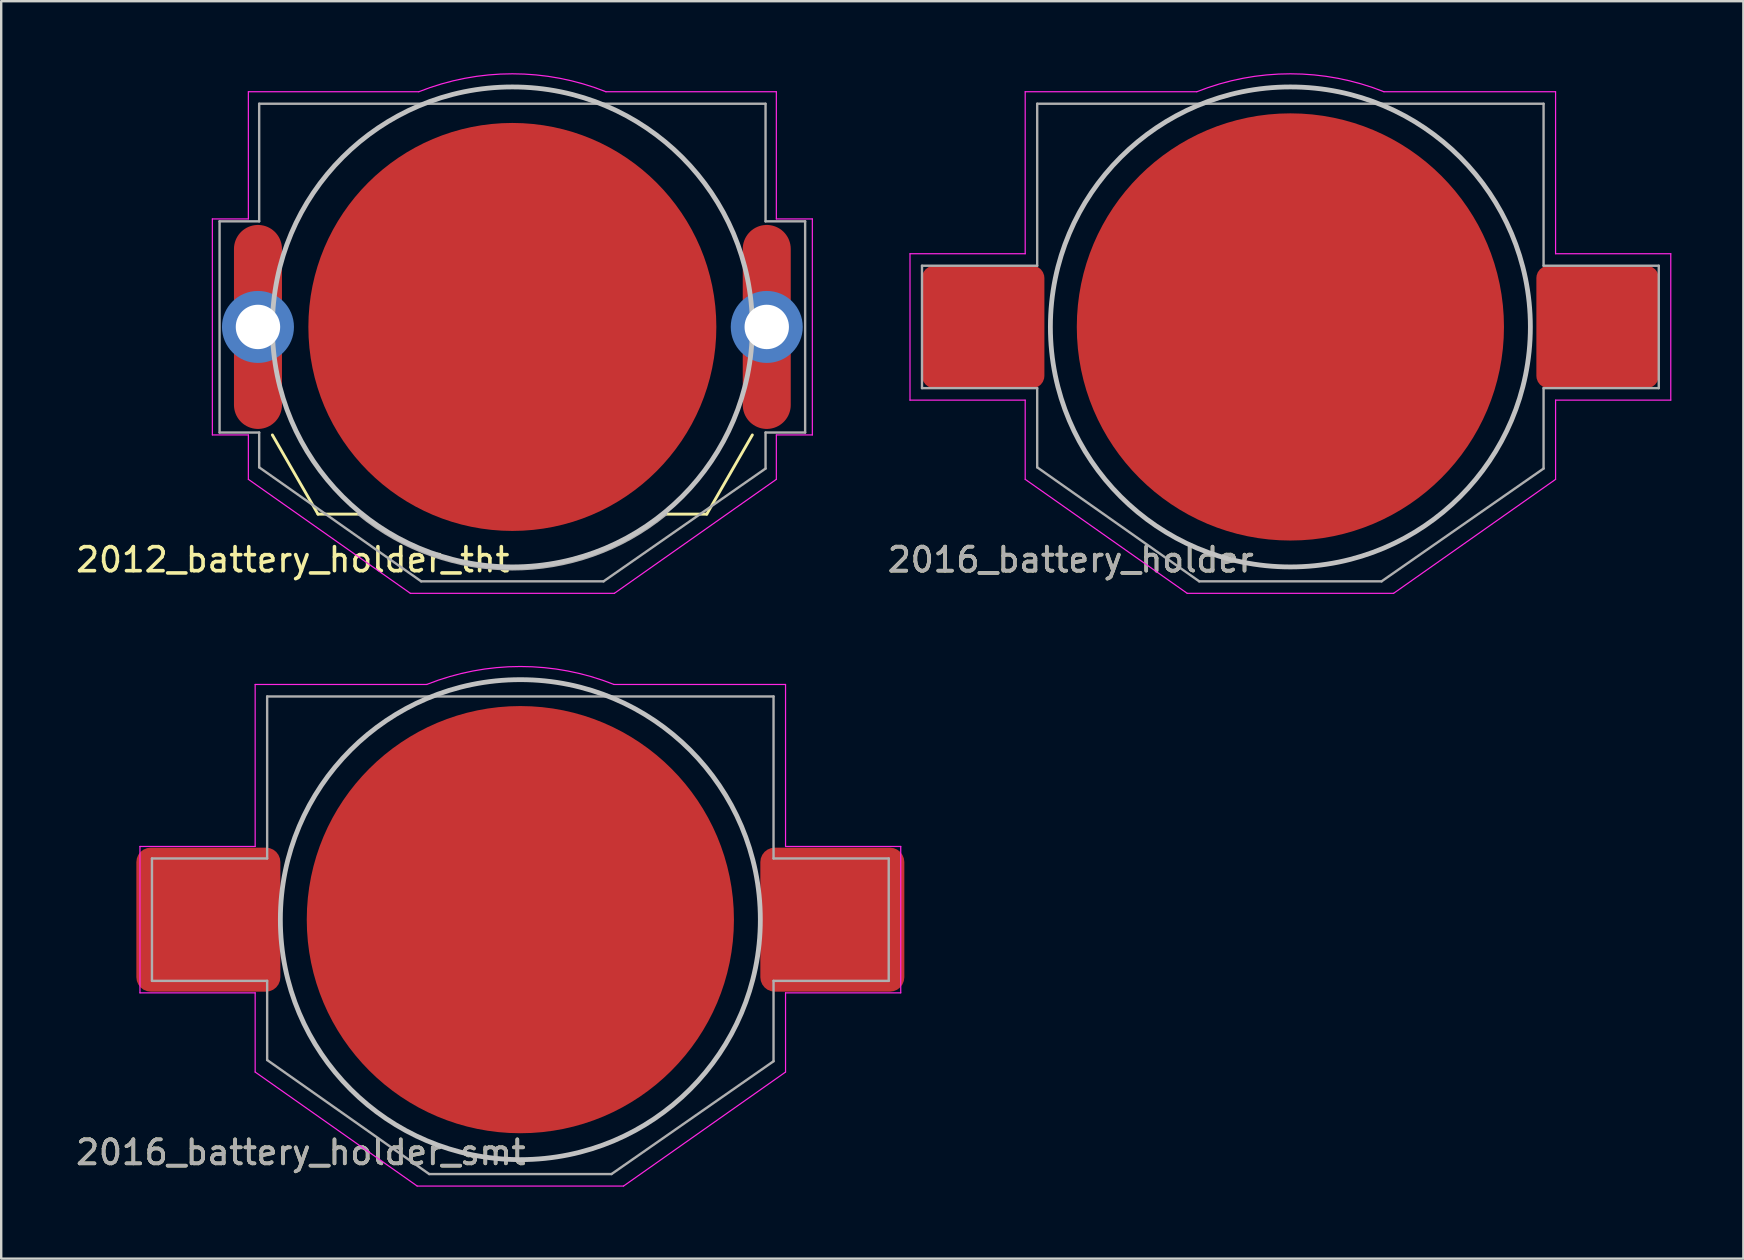
<source format=kicad_pcb>
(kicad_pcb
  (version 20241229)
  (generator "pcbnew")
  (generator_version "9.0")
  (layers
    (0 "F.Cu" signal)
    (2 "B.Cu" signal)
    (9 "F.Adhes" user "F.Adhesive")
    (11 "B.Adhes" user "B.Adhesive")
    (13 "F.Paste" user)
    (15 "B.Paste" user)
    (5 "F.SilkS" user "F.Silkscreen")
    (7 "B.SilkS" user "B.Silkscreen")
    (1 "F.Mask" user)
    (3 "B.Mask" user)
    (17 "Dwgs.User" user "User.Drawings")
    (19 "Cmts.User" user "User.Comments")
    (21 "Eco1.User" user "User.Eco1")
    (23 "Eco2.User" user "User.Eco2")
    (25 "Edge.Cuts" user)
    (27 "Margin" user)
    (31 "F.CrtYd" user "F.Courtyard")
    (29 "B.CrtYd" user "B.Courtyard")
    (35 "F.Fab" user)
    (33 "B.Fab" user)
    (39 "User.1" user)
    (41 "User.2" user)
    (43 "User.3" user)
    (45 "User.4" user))
  (footprint "2016_battery_holder"
    (layer "F.Cu")
    (at 50.718 10.573)
    (property "Reference" "2016_battery_holder" (at -9.15 9.7 0) (layer "F.SilkS") (effects (font (size 1 1) (thickness 0.15))))
    (attr smd)
    (fp_circle (center 0 0) (end 10 0) (stroke (width 0.2) (type solid)) (fill no) (layer "Dwgs.User"))
    (fp_line (start -15.85 -3.05) (end -11.05 -3.05) (stroke (width 0.05) (type solid)) (layer "F.CrtYd"))
    (fp_line (start -15.85 3.05) (end -15.85 -3.05) (stroke (width 0.05) (type solid)) (layer "F.CrtYd"))
    (fp_line (start -11.05 -9.8) (end -3.9 -9.8) (stroke (width 0.05) (type solid)) (layer "F.CrtYd"))
    (fp_line (start -11.05 -3.05) (end -11.05 -9.8) (stroke (width 0.05) (type solid)) (layer "F.CrtYd"))
    (fp_line (start -11.05 3.05) (end -15.85 3.05) (stroke (width 0.05) (type solid)) (layer "F.CrtYd"))
    (fp_line (start -11.05 6.35) (end -11.05 3.05) (stroke (width 0.05) (type solid)) (layer "F.CrtYd"))
    (fp_line (start -4.3 11.1) (end -11.05 6.35) (stroke (width 0.05) (type solid)) (layer "F.CrtYd"))
    (fp_line (start 4.3 11.1) (end -4.3 11.1) (stroke (width 0.05) (type solid)) (layer "F.CrtYd"))
    (fp_line (start 11.05 -9.8) (end 3.9 -9.8) (stroke (width 0.05) (type solid)) (layer "F.CrtYd"))
    (fp_line (start 11.05 -9.8) (end 11.05 -3.05) (stroke (width 0.05) (type solid)) (layer "F.CrtYd"))
    (fp_line (start 11.05 -3.05) (end 15.85 -3.05) (stroke (width 0.05) (type solid)) (layer "F.CrtYd"))
    (fp_line (start 11.05 3.05) (end 11.05 6.35) (stroke (width 0.05) (type solid)) (layer "F.CrtYd"))
    (fp_line (start 11.05 6.35) (end 4.3 11.1) (stroke (width 0.05) (type solid)) (layer "F.CrtYd"))
    (fp_line (start 15.85 -3.05) (end 15.85 3.05) (stroke (width 0.05) (type solid)) (layer "F.CrtYd"))
    (fp_line (start 15.85 3.05) (end 11.05 3.05) (stroke (width 0.05) (type solid)) (layer "F.CrtYd"))
    (fp_arc (start -3.9 -9.8) (mid 0 -10.547512) (end 3.9 -9.8) (stroke (width 0.05) (type solid)) (layer "F.CrtYd"))
    (fp_line (start -15.35 -2.55) (end -15.35 2.55) (stroke (width 0.1) (type solid)) (layer "F.Fab"))
    (fp_line (start -15.35 -2.55) (end -10.55 -2.55) (stroke (width 0.1) (type solid)) (layer "F.Fab"))
    (fp_line (start -15.35 2.55) (end -10.55 2.55) (stroke (width 0.1) (type solid)) (layer "F.Fab"))
    (fp_line (start -10.55 -2.55) (end -10.55 -9.3) (stroke (width 0.1) (type solid)) (layer "F.Fab"))
    (fp_line (start -10.55 2.55) (end -10.55 5.85) (stroke (width 0.1) (type solid)) (layer "F.Fab"))
    (fp_line (start -10.55 5.85) (end -3.8 10.6) (stroke (width 0.1) (type solid)) (layer "F.Fab"))
    (fp_line (start -3.8 10.6) (end 3.8 10.6) (stroke (width 0.1) (type solid)) (layer "F.Fab"))
    (fp_line (start 10.55 -9.3) (end -10.55 -9.3) (stroke (width 0.1) (type solid)) (layer "F.Fab"))
    (fp_line (start 10.55 -2.55) (end 10.55 -9.3) (stroke (width 0.1) (type solid)) (layer "F.Fab"))
    (fp_line (start 10.55 2.55) (end 10.55 5.9) (stroke (width 0.1) (type solid)) (layer "F.Fab"))
    (fp_line (start 10.55 2.55) (end 15.35 2.55) (stroke (width 0.1) (type solid)) (layer "F.Fab"))
    (fp_line (start 10.55 5.9) (end 3.8 10.6) (stroke (width 0.1) (type solid)) (layer "F.Fab"))
    (fp_line (start 15.35 -2.55) (end 10.55 -2.55) (stroke (width 0.1) (type solid)) (layer "F.Fab"))
    (fp_line (start 15.35 2.55) (end 15.35 -2.55) (stroke (width 0.1) (type solid)) (layer "F.Fab"))
    (fp_text user "${REFERENCE}" (at -9.15 9.7 0) (layer "F.Fab") (effects (font (size 1 1) (thickness 0.15))))
    (pad "1" smd roundrect (at -12.8 0) (size 5.1 5.1) (layers "F.Cu" "F.Mask" "F.Paste") (roundrect_rratio 0.1))
    (pad "1" smd roundrect (at 12.8 0) (size 5.1 5.1) (layers "F.Cu" "F.Mask" "F.Paste") (roundrect_rratio 0.1))
    (pad "2" smd circle (at 0 0) (size 17.8 17.8) (layers "F.Cu" "F.Mask")))
  (footprint "2016_battery_holder_smt"
    (layer "F.Cu")
    (at 18.632 35.27)
    (property "Reference" "2016_battery_holder_smt" (at -9.15 9.7 0) (layer "F.SilkS") (effects (font (size 1 1) (thickness 0.15))))
    (attr smd)
    (fp_circle (center 0 0) (end 10 0) (stroke (width 0.2) (type solid)) (fill no) (layer "Dwgs.User"))
    (fp_line (start -15.85 -3.05) (end -11.05 -3.05) (stroke (width 0.05) (type solid)) (layer "F.CrtYd"))
    (fp_line (start -15.85 3.05) (end -15.85 -3.05) (stroke (width 0.05) (type solid)) (layer "F.CrtYd"))
    (fp_line (start -11.05 -9.8) (end -3.9 -9.8) (stroke (width 0.05) (type solid)) (layer "F.CrtYd"))
    (fp_line (start -11.05 -3.05) (end -11.05 -9.8) (stroke (width 0.05) (type solid)) (layer "F.CrtYd"))
    (fp_line (start -11.05 3.05) (end -15.85 3.05) (stroke (width 0.05) (type solid)) (layer "F.CrtYd"))
    (fp_line (start -11.05 6.35) (end -11.05 3.05) (stroke (width 0.05) (type solid)) (layer "F.CrtYd"))
    (fp_line (start -4.3 11.1) (end -11.05 6.35) (stroke (width 0.05) (type solid)) (layer "F.CrtYd"))
    (fp_line (start 4.3 11.1) (end -4.3 11.1) (stroke (width 0.05) (type solid)) (layer "F.CrtYd"))
    (fp_line (start 11.05 -9.8) (end 3.9 -9.8) (stroke (width 0.05) (type solid)) (layer "F.CrtYd"))
    (fp_line (start 11.05 -9.8) (end 11.05 -3.05) (stroke (width 0.05) (type solid)) (layer "F.CrtYd"))
    (fp_line (start 11.05 -3.05) (end 15.85 -3.05) (stroke (width 0.05) (type solid)) (layer "F.CrtYd"))
    (fp_line (start 11.05 3.05) (end 11.05 6.35) (stroke (width 0.05) (type solid)) (layer "F.CrtYd"))
    (fp_line (start 11.05 6.35) (end 4.3 11.1) (stroke (width 0.05) (type solid)) (layer "F.CrtYd"))
    (fp_line (start 15.85 -3.05) (end 15.85 3.05) (stroke (width 0.05) (type solid)) (layer "F.CrtYd"))
    (fp_line (start 15.85 3.05) (end 11.05 3.05) (stroke (width 0.05) (type solid)) (layer "F.CrtYd"))
    (fp_arc (start -3.9 -9.8) (mid 0 -10.547512) (end 3.9 -9.8) (stroke (width 0.05) (type solid)) (layer "F.CrtYd"))
    (fp_line (start -15.35 -2.55) (end -15.35 2.55) (stroke (width 0.1) (type solid)) (layer "F.Fab"))
    (fp_line (start -15.35 -2.55) (end -10.55 -2.55) (stroke (width 0.1) (type solid)) (layer "F.Fab"))
    (fp_line (start -15.35 2.55) (end -10.55 2.55) (stroke (width 0.1) (type solid)) (layer "F.Fab"))
    (fp_line (start -10.55 -2.55) (end -10.55 -9.3) (stroke (width 0.1) (type solid)) (layer "F.Fab"))
    (fp_line (start -10.55 2.55) (end -10.55 5.85) (stroke (width 0.1) (type solid)) (layer "F.Fab"))
    (fp_line (start -10.55 5.85) (end -3.8 10.6) (stroke (width 0.1) (type solid)) (layer "F.Fab"))
    (fp_line (start -3.8 10.6) (end 3.8 10.6) (stroke (width 0.1) (type solid)) (layer "F.Fab"))
    (fp_line (start 10.55 -9.3) (end -10.55 -9.3) (stroke (width 0.1) (type solid)) (layer "F.Fab"))
    (fp_line (start 10.55 -2.55) (end 10.55 -9.3) (stroke (width 0.1) (type solid)) (layer "F.Fab"))
    (fp_line (start 10.55 2.55) (end 10.55 5.9) (stroke (width 0.1) (type solid)) (layer "F.Fab"))
    (fp_line (start 10.55 2.55) (end 15.35 2.55) (stroke (width 0.1) (type solid)) (layer "F.Fab"))
    (fp_line (start 10.55 5.9) (end 3.8 10.6) (stroke (width 0.1) (type solid)) (layer "F.Fab"))
    (fp_line (start 15.35 -2.55) (end 10.55 -2.55) (stroke (width 0.1) (type solid)) (layer "F.Fab"))
    (fp_line (start 15.35 2.55) (end 15.35 -2.55) (stroke (width 0.1) (type solid)) (layer "F.Fab"))
    (fp_text user "${REFERENCE}" (at -9.15 9.7 0) (layer "F.Fab") (effects (font (size 1 1) (thickness 0.15))))
    (pad "1" smd roundrect (at -13 0) (size 6 6) (layers "F.Cu" "F.Mask" "F.Paste") (roundrect_rratio 0.1))
    (pad "1" smd roundrect (at 13 0) (size 6 6) (layers "F.Cu" "F.Mask" "F.Paste") (roundrect_rratio 0.1))
    (pad "2" smd circle (at 0 0) (size 17.8 17.8) (layers "F.Cu" "F.Mask")))
  (footprint "2012_battery_holder_tht"
    (layer "F.Cu")
    (at 18.299 10.573)
    (property "Reference" "2012_battery_holder_tht" (at -9.15 9.7 0) (layer "F.SilkS") (effects (font (size 1 1) (thickness 0.15))))
    (attr through_hole)
    (fp_line (start -10 4.5) (end -8.1 7.8) (stroke (width 0.12) (type solid)) (layer "F.SilkS"))
    (fp_line (start -8.1 7.8) (end -6.4 7.8) (stroke (width 0.12) (type solid)) (layer "F.SilkS"))
    (fp_line (start 6.4 7.8) (end 8.1 7.8) (stroke (width 0.12) (type solid)) (layer "F.SilkS"))
    (fp_line (start 8.1 7.8) (end 10 4.5) (stroke (width 0.12) (type solid)) (layer "F.SilkS"))
    (fp_circle (center 0 0) (end 10 0) (stroke (width 0.2) (type solid)) (fill no) (layer "Dwgs.User"))
    (fp_line (start -12.5 -4.5) (end -11 -4.5) (stroke (width 0.05) (type solid)) (layer "F.CrtYd"))
    (fp_line (start -12.5 4.5) (end -12.5 -4.5) (stroke (width 0.05) (type solid)) (layer "F.CrtYd"))
    (fp_line (start -11 -9.8) (end -3.9 -9.8) (stroke (width 0.05) (type solid)) (layer "F.CrtYd"))
    (fp_line (start -11 -4.5) (end -11 -9.8) (stroke (width 0.05) (type solid)) (layer "F.CrtYd"))
    (fp_line (start -11 4.5) (end -12.5 4.5) (stroke (width 0.05) (type solid)) (layer "F.CrtYd"))
    (fp_line (start -11 6.35) (end -11 4.5) (stroke (width 0.05) (type solid)) (layer "F.CrtYd"))
    (fp_line (start -4.25 11.1) (end -11 6.35) (stroke (width 0.05) (type solid)) (layer "F.CrtYd"))
    (fp_line (start 4.25 11.1) (end -4.25 11.1) (stroke (width 0.05) (type solid)) (layer "F.CrtYd"))
    (fp_line (start 11 -9.8) (end 3.9 -9.8) (stroke (width 0.05) (type solid)) (layer "F.CrtYd"))
    (fp_line (start 11 -9.8) (end 11 -4.5) (stroke (width 0.05) (type solid)) (layer "F.CrtYd"))
    (fp_line (start 11 -4.5) (end 12.5 -4.5) (stroke (width 0.05) (type solid)) (layer "F.CrtYd"))
    (fp_line (start 11 4.5) (end 11 6.35) (stroke (width 0.05) (type solid)) (layer "F.CrtYd"))
    (fp_line (start 11 6.35) (end 4.25 11.1) (stroke (width 0.05) (type solid)) (layer "F.CrtYd"))
    (fp_line (start 12.5 -4.5) (end 12.5 4.5) (stroke (width 0.05) (type solid)) (layer "F.CrtYd"))
    (fp_line (start 12.5 4.5) (end 11 4.5) (stroke (width 0.05) (type solid)) (layer "F.CrtYd"))
    (fp_arc (start -3.9 -9.8) (mid 0 -10.547512) (end 3.9 -9.8) (stroke (width 0.05) (type solid)) (layer "F.CrtYd"))
    (fp_line (start -12.2 -4.4) (end -12.2 4.4) (stroke (width 0.1) (type solid)) (layer "F.Fab"))
    (fp_line (start -12.2 -4.4) (end -10.55 -4.4) (stroke (width 0.1) (type solid)) (layer "F.Fab"))
    (fp_line (start -12.2 4.4) (end -10.55 4.4) (stroke (width 0.1) (type solid)) (layer "F.Fab"))
    (fp_line (start -10.55 -4.4) (end -10.55 -9.3) (stroke (width 0.1) (type solid)) (layer "F.Fab"))
    (fp_line (start -10.55 4.4) (end -10.55 5.85) (stroke (width 0.1) (type solid)) (layer "F.Fab"))
    (fp_line (start -10.55 5.85) (end -3.8 10.6) (stroke (width 0.1) (type solid)) (layer "F.Fab"))
    (fp_line (start -3.8 10.6) (end 3.8 10.6) (stroke (width 0.1) (type solid)) (layer "F.Fab"))
    (fp_line (start 10.55 -9.3) (end -10.55 -9.3) (stroke (width 0.1) (type solid)) (layer "F.Fab"))
    (fp_line (start 10.55 -4.4) (end 10.55 -9.3) (stroke (width 0.1) (type solid)) (layer "F.Fab"))
    (fp_line (start 10.55 4.4) (end 10.55 5.9) (stroke (width 0.1) (type solid)) (layer "F.Fab"))
    (fp_line (start 10.55 4.4) (end 12.2 4.4) (stroke (width 0.1) (type solid)) (layer "F.Fab"))
    (fp_line (start 10.55 5.9) (end 3.8 10.6) (stroke (width 0.1) (type solid)) (layer "F.Fab"))
    (fp_line (start 12.2 -4.4) (end 10.55 -4.4) (stroke (width 0.1) (type solid)) (layer "F.Fab"))
    (fp_line (start 12.2 4.4) (end 12.2 -4.4) (stroke (width 0.1) (type solid)) (layer "F.Fab"))
    (fp_arc (start 6.394738 7.804313) (mid -0.003402 10.089597) (end -6.399999 7.799999) (stroke (width 0.12) (type solid)) (layer "F.Fab"))
    (pad "1" thru_hole circle (at -10.6 0) (size 2 2) (drill 1.85) (layers "*.Cu" "*.Mask"))
    (pad "1" smd oval (at -10.6 0) (size 2 8.5) (layers "F.Cu" "F.Mask" "F.Paste"))
    (pad "1" smd circle (at -10.6 0) (size 3 3) (layers "B.Cu"))
    (pad "1" thru_hole circle (at 10.6 0) (size 2 2) (drill 1.85) (layers "*.Cu" "*.Mask"))
    (pad "1" smd oval (at 10.6 0) (size 2 8.5) (layers "F.Cu" "F.Mask" "F.Paste"))
    (pad "1" smd circle (at 10.6 0) (size 3 3) (layers "B.Cu"))
    (pad "2" smd circle (at 0 0) (size 17 17) (layers "F.Cu" "F.Mask")))
  (gr_rect
    (start -3 -3)
    (end 69.593 49.395)
    (stroke (width 0.1) (type default))
    (fill no)
    (layer "Edge.Cuts")))
</source>
